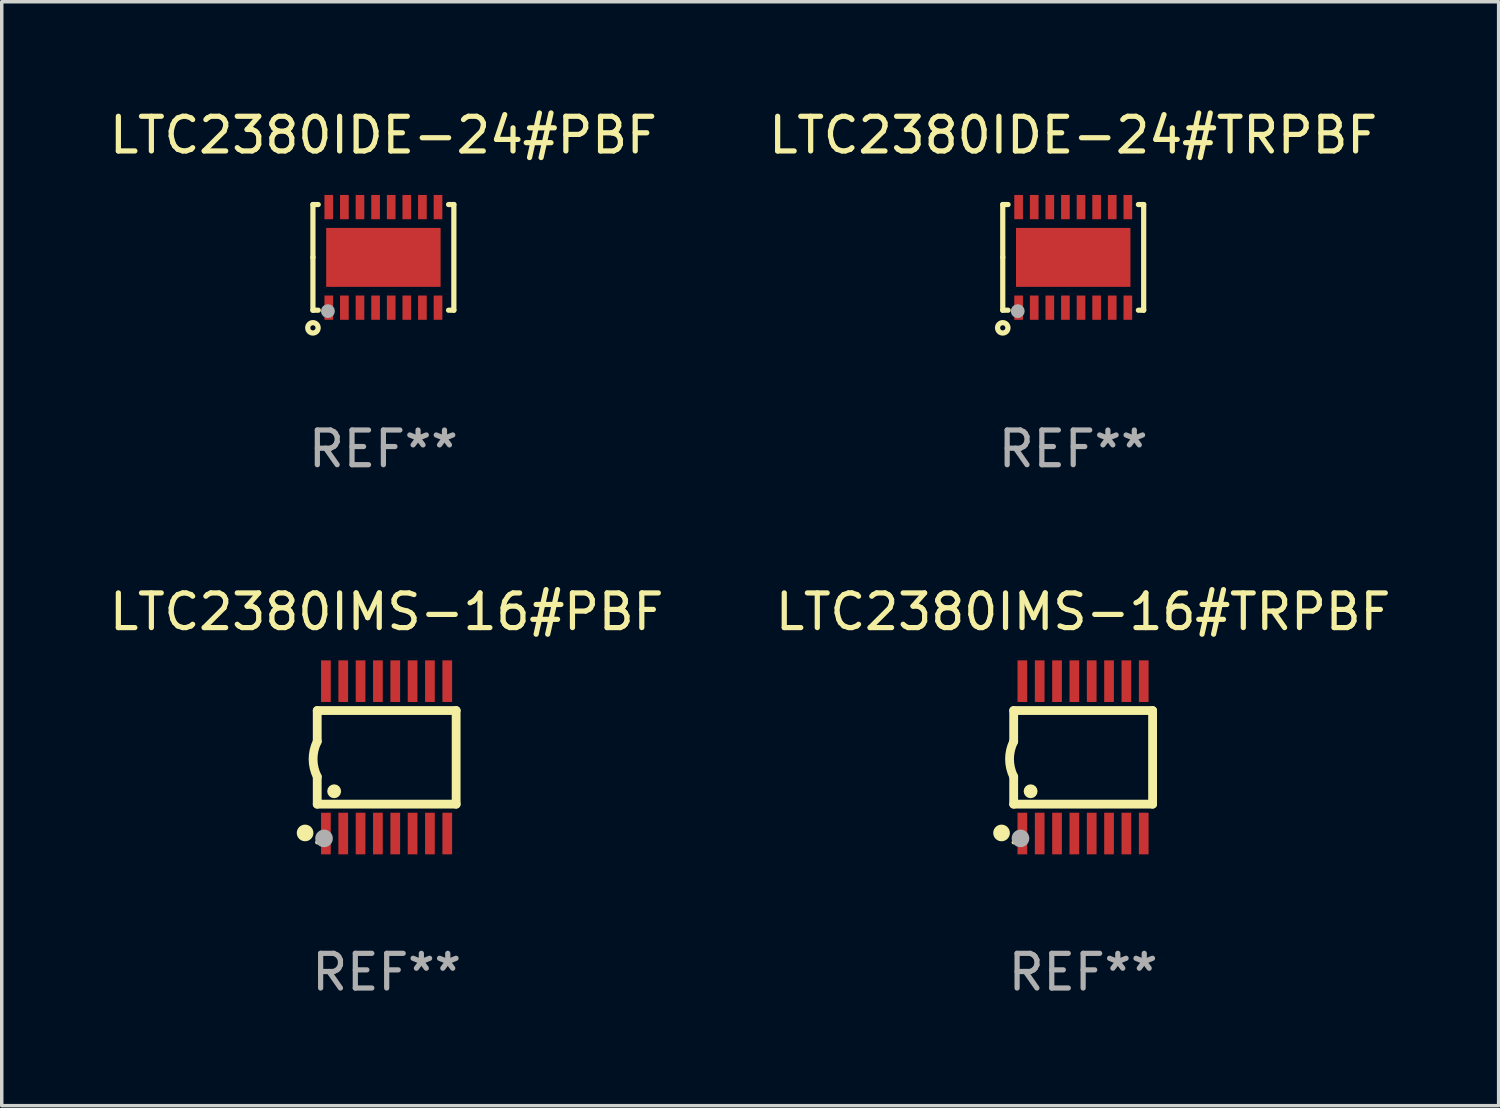
<source format=kicad_pcb>
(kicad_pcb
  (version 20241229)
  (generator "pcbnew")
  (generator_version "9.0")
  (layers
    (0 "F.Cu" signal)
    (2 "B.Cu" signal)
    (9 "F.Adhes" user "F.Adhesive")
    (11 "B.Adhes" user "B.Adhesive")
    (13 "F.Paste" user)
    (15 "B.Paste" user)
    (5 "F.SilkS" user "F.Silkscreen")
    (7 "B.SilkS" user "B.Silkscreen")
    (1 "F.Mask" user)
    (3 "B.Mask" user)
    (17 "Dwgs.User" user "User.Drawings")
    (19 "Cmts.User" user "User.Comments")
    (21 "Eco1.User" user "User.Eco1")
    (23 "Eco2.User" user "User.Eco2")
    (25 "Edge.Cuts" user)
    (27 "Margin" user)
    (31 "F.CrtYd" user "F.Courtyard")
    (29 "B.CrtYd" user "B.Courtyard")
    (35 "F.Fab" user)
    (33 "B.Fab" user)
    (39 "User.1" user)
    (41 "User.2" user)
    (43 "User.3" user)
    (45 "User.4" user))
  (footprint "LTC2380IMS-16#TRPBF"
    (layer "F.Cu")
    (at 28.185 18.79)
    (property "Reference" "LTC2380IMS-16#TRPBF" (at 0 -4.197 0) (layer "F.SilkS") (effects (font (size 1 1) (thickness 0.15))))
    (attr through_hole)
    (fp_line (start -2.003 -1.35) (end -2.003 -0.457) (stroke (width 0.254) (type solid)) (layer "F.SilkS"))
    (fp_line (start -2.003 -1.35) (end 2.003 -1.35) (stroke (width 0.254) (type solid)) (layer "F.SilkS"))
    (fp_line (start -2.003 1.35) (end -2.003 0.559) (stroke (width 0.254) (type solid)) (layer "F.SilkS"))
    (fp_line (start -2.003 1.35) (end 2.003 1.35) (stroke (width 0.254) (type solid)) (layer "F.SilkS"))
    (fp_line (start 2.003 -1.35) (end 2.003 1.35) (stroke (width 0.254) (type solid)) (layer "F.SilkS"))
    (fp_arc (start -2.002286 0.558802) (mid -2.122556 0.05092) (end -2.003302 -0.457201) (stroke (width 0.254001) (type solid)) (layer "F.SilkS"))
    (fp_circle (center -2.353 2.18) (end -2.233 2.18) (stroke (width 0.24) (type solid)) (fill no) (layer "F.SilkS"))
    (fp_circle (center -2.003 2.45) (end -1.973 2.45) (stroke (width 0.06) (type solid)) (fill no) (layer "F.SilkS"))
    (fp_circle (center -1.515 0.978) (end -1.415 0.978) (stroke (width 0.2) (type solid)) (fill no) (layer "F.SilkS"))
    (fp_circle (center -1.807 2.337) (end -1.68 2.337) (stroke (width 0.254) (type solid)) (fill no) (layer "F.Fab"))
    (fp_text user "REF**" (at 0 6.197 0) (layer "F.Fab") (effects (font (size 1 1) (thickness 0.15))))
    (pad "1" smd rect (at -1.753 2.197 90) (size 1.2 0.28) (layers "F.Cu" "F.Mask" "F.Paste"))
    (pad "2" smd rect (at -1.253 2.197 90) (size 1.2 0.28) (layers "F.Cu" "F.Mask" "F.Paste"))
    (pad "3" smd rect (at -0.753 2.197 90) (size 1.2 0.28) (layers "F.Cu" "F.Mask" "F.Paste"))
    (pad "4" smd rect (at -0.253 2.197 90) (size 1.2 0.28) (layers "F.Cu" "F.Mask" "F.Paste"))
    (pad "5" smd rect (at 0.247 2.197 90) (size 1.2 0.28) (layers "F.Cu" "F.Mask" "F.Paste"))
    (pad "6" smd rect (at 0.747 2.197 90) (size 1.2 0.28) (layers "F.Cu" "F.Mask" "F.Paste"))
    (pad "7" smd rect (at 1.247 2.197 90) (size 1.2 0.28) (layers "F.Cu" "F.Mask" "F.Paste"))
    (pad "8" smd rect (at 1.747 2.197 90) (size 1.2 0.28) (layers "F.Cu" "F.Mask" "F.Paste"))
    (pad "9" smd rect (at 1.747 -2.197 90) (size 1.2 0.28) (layers "F.Cu" "F.Mask" "F.Paste"))
    (pad "10" smd rect (at 1.247 -2.197 90) (size 1.2 0.28) (layers "F.Cu" "F.Mask" "F.Paste"))
    (pad "11" smd rect (at 0.747 -2.197 90) (size 1.2 0.28) (layers "F.Cu" "F.Mask" "F.Paste"))
    (pad "12" smd rect (at 0.247 -2.197 90) (size 1.2 0.28) (layers "F.Cu" "F.Mask" "F.Paste"))
    (pad "13" smd rect (at -0.253 -2.197 90) (size 1.2 0.28) (layers "F.Cu" "F.Mask" "F.Paste"))
    (pad "14" smd rect (at -0.753 -2.197 90) (size 1.2 0.28) (layers "F.Cu" "F.Mask" "F.Paste"))
    (pad "15" smd rect (at -1.253 -2.197 90) (size 1.2 0.28) (layers "F.Cu" "F.Mask" "F.Paste"))
    (pad "16" smd rect (at -1.753 -2.197 90) (size 1.2 0.28) (layers "F.Cu" "F.Mask" "F.Paste")))
  (footprint "LTC2380IMS-16#PBF"
    (layer "F.Cu")
    (at 8.101 18.79)
    (property "Reference" "LTC2380IMS-16#PBF" (at 0 -4.197 0) (layer "F.SilkS") (effects (font (size 1 1) (thickness 0.15))))
    (attr through_hole)
    (fp_line (start -2.003 -1.35) (end -2.003 -0.457) (stroke (width 0.254) (type solid)) (layer "F.SilkS"))
    (fp_line (start -2.003 -1.35) (end 2.003 -1.35) (stroke (width 0.254) (type solid)) (layer "F.SilkS"))
    (fp_line (start -2.003 1.35) (end -2.003 0.559) (stroke (width 0.254) (type solid)) (layer "F.SilkS"))
    (fp_line (start -2.003 1.35) (end 2.003 1.35) (stroke (width 0.254) (type solid)) (layer "F.SilkS"))
    (fp_line (start 2.003 -1.35) (end 2.003 1.35) (stroke (width 0.254) (type solid)) (layer "F.SilkS"))
    (fp_arc (start -2.002286 0.558802) (mid -2.122556 0.05092) (end -2.003302 -0.457201) (stroke (width 0.254001) (type solid)) (layer "F.SilkS"))
    (fp_circle (center -2.353 2.18) (end -2.233 2.18) (stroke (width 0.24) (type solid)) (fill no) (layer "F.SilkS"))
    (fp_circle (center -2.003 2.45) (end -1.973 2.45) (stroke (width 0.06) (type solid)) (fill no) (layer "F.SilkS"))
    (fp_circle (center -1.515 0.978) (end -1.415 0.978) (stroke (width 0.2) (type solid)) (fill no) (layer "F.SilkS"))
    (fp_circle (center -1.807 2.337) (end -1.68 2.337) (stroke (width 0.254) (type solid)) (fill no) (layer "F.Fab"))
    (fp_text user "REF**" (at 0 6.197 0) (layer "F.Fab") (effects (font (size 1 1) (thickness 0.15))))
    (pad "1" smd rect (at -1.753 2.197 90) (size 1.2 0.28) (layers "F.Cu" "F.Mask" "F.Paste"))
    (pad "2" smd rect (at -1.253 2.197 90) (size 1.2 0.28) (layers "F.Cu" "F.Mask" "F.Paste"))
    (pad "3" smd rect (at -0.753 2.197 90) (size 1.2 0.28) (layers "F.Cu" "F.Mask" "F.Paste"))
    (pad "4" smd rect (at -0.253 2.197 90) (size 1.2 0.28) (layers "F.Cu" "F.Mask" "F.Paste"))
    (pad "5" smd rect (at 0.247 2.197 90) (size 1.2 0.28) (layers "F.Cu" "F.Mask" "F.Paste"))
    (pad "6" smd rect (at 0.747 2.197 90) (size 1.2 0.28) (layers "F.Cu" "F.Mask" "F.Paste"))
    (pad "7" smd rect (at 1.247 2.197 90) (size 1.2 0.28) (layers "F.Cu" "F.Mask" "F.Paste"))
    (pad "8" smd rect (at 1.747 2.197 90) (size 1.2 0.28) (layers "F.Cu" "F.Mask" "F.Paste"))
    (pad "9" smd rect (at 1.747 -2.197 90) (size 1.2 0.28) (layers "F.Cu" "F.Mask" "F.Paste"))
    (pad "10" smd rect (at 1.247 -2.197 90) (size 1.2 0.28) (layers "F.Cu" "F.Mask" "F.Paste"))
    (pad "11" smd rect (at 0.747 -2.197 90) (size 1.2 0.28) (layers "F.Cu" "F.Mask" "F.Paste"))
    (pad "12" smd rect (at 0.247 -2.197 90) (size 1.2 0.28) (layers "F.Cu" "F.Mask" "F.Paste"))
    (pad "13" smd rect (at -0.253 -2.197 90) (size 1.2 0.28) (layers "F.Cu" "F.Mask" "F.Paste"))
    (pad "14" smd rect (at -0.753 -2.197 90) (size 1.2 0.28) (layers "F.Cu" "F.Mask" "F.Paste"))
    (pad "15" smd rect (at -1.253 -2.197 90) (size 1.2 0.28) (layers "F.Cu" "F.Mask" "F.Paste"))
    (pad "16" smd rect (at -1.753 -2.197 90) (size 1.2 0.28) (layers "F.Cu" "F.Mask" "F.Paste")))
  (footprint "LTC2380IDE-24#TRPBF"
    (layer "F.Cu")
    (at 27.899 4.372)
    (property "Reference" "LTC2380IDE-24#TRPBF" (at 0 -3.524 0) (layer "F.SilkS") (effects (font (size 1 1) (thickness 0.15))))
    (attr through_hole)
    (fp_line (start -2.032 -1.524) (end -1.879 -1.524) (stroke (width 0.15) (type solid)) (layer "F.SilkS"))
    (fp_line (start -2.032 0) (end -2.032 -1.524) (stroke (width 0.15) (type solid)) (layer "F.SilkS"))
    (fp_line (start -2.032 1.524) (end -2.032 0) (stroke (width 0.15) (type solid)) (layer "F.SilkS"))
    (fp_line (start -1.879 1.524) (end -2.032 1.524) (stroke (width 0.15) (type solid)) (layer "F.SilkS"))
    (fp_line (start 1.879 -1.524) (end 2.032 -1.524) (stroke (width 0.15) (type solid)) (layer "F.SilkS"))
    (fp_line (start 2.032 -1.524) (end 2.032 1.524) (stroke (width 0.15) (type solid)) (layer "F.SilkS"))
    (fp_line (start 2.032 1.524) (end 1.879 1.524) (stroke (width 0.15) (type solid)) (layer "F.SilkS"))
    (fp_circle (center -2.032 2.032) (end -1.882 2.032) (stroke (width 0.15) (type solid)) (fill no) (layer "F.SilkS"))
    (fp_circle (center -2 1.5) (end -1.97 1.5) (stroke (width 0.06) (type solid)) (fill no) (layer "F.SilkS"))
    (fp_circle (center -1.6 1.55) (end -1.5 1.55) (stroke (width 0.2) (type solid)) (fill no) (layer "F.Fab"))
    (fp_text user "REF**" (at 0 5.524 0) (layer "F.Fab") (effects (font (size 1 1) (thickness 0.15))))
    (pad "1" smd rect (at -1.575 1.45 90) (size 0.7 0.25) (layers "F.Cu" "F.Mask" "F.Paste"))
    (pad "2" smd rect (at -1.125 1.45 90) (size 0.7 0.25) (layers "F.Cu" "F.Mask" "F.Paste"))
    (pad "3" smd rect (at -0.675 1.45 90) (size 0.7 0.25) (layers "F.Cu" "F.Mask" "F.Paste"))
    (pad "4" smd rect (at -0.225 1.45 90) (size 0.7 0.25) (layers "F.Cu" "F.Mask" "F.Paste"))
    (pad "5" smd rect (at 0.225 1.45 90) (size 0.7 0.25) (layers "F.Cu" "F.Mask" "F.Paste"))
    (pad "6" smd rect (at 0.675 1.45 90) (size 0.7 0.25) (layers "F.Cu" "F.Mask" "F.Paste"))
    (pad "7" smd rect (at 1.125 1.45 90) (size 0.7 0.25) (layers "F.Cu" "F.Mask" "F.Paste"))
    (pad "8" smd rect (at 1.575 1.45 90) (size 0.7 0.25) (layers "F.Cu" "F.Mask" "F.Paste"))
    (pad "9" smd rect (at 1.575 -1.45 90) (size 0.7 0.25) (layers "F.Cu" "F.Mask" "F.Paste"))
    (pad "10" smd rect (at 1.125 -1.45 90) (size 0.7 0.25) (layers "F.Cu" "F.Mask" "F.Paste"))
    (pad "11" smd rect (at 0.675 -1.45 90) (size 0.7 0.25) (layers "F.Cu" "F.Mask" "F.Paste"))
    (pad "12" smd rect (at 0.225 -1.45 90) (size 0.7 0.25) (layers "F.Cu" "F.Mask" "F.Paste"))
    (pad "13" smd rect (at -0.225 -1.45 90) (size 0.7 0.25) (layers "F.Cu" "F.Mask" "F.Paste"))
    (pad "14" smd rect (at -0.675 -1.45 90) (size 0.7 0.25) (layers "F.Cu" "F.Mask" "F.Paste"))
    (pad "15" smd rect (at -1.125 -1.45 90) (size 0.7 0.25) (layers "F.Cu" "F.Mask" "F.Paste"))
    (pad "16" smd rect (at -1.575 -1.45 90) (size 0.7 0.25) (layers "F.Cu" "F.Mask" "F.Paste"))
    (pad "17" smd rect (at 0.000127 0 90) (size 1.7 3.3) (layers "F.Cu" "F.Mask" "F.Paste")))
  (footprint "LTC2380IDE-24#PBF"
    (layer "F.Cu")
    (at 8.006 4.372)
    (property "Reference" "LTC2380IDE-24#PBF" (at 0 -3.524 0) (layer "F.SilkS") (effects (font (size 1 1) (thickness 0.15))))
    (attr through_hole)
    (fp_line (start -2.032 -1.524) (end -1.879 -1.524) (stroke (width 0.15) (type solid)) (layer "F.SilkS"))
    (fp_line (start -2.032 0) (end -2.032 -1.524) (stroke (width 0.15) (type solid)) (layer "F.SilkS"))
    (fp_line (start -2.032 1.524) (end -2.032 0) (stroke (width 0.15) (type solid)) (layer "F.SilkS"))
    (fp_line (start -1.879 1.524) (end -2.032 1.524) (stroke (width 0.15) (type solid)) (layer "F.SilkS"))
    (fp_line (start 1.879 -1.524) (end 2.032 -1.524) (stroke (width 0.15) (type solid)) (layer "F.SilkS"))
    (fp_line (start 2.032 -1.524) (end 2.032 1.524) (stroke (width 0.15) (type solid)) (layer "F.SilkS"))
    (fp_line (start 2.032 1.524) (end 1.879 1.524) (stroke (width 0.15) (type solid)) (layer "F.SilkS"))
    (fp_circle (center -2.032 2.032) (end -1.882 2.032) (stroke (width 0.15) (type solid)) (fill no) (layer "F.SilkS"))
    (fp_circle (center -2 1.5) (end -1.97 1.5) (stroke (width 0.06) (type solid)) (fill no) (layer "F.SilkS"))
    (fp_circle (center -1.6 1.55) (end -1.5 1.55) (stroke (width 0.2) (type solid)) (fill no) (layer "F.Fab"))
    (fp_text user "REF**" (at 0 5.524 0) (layer "F.Fab") (effects (font (size 1 1) (thickness 0.15))))
    (pad "1" smd rect (at -1.575 1.45 90) (size 0.7 0.25) (layers "F.Cu" "F.Mask" "F.Paste"))
    (pad "2" smd rect (at -1.125 1.45 90) (size 0.7 0.25) (layers "F.Cu" "F.Mask" "F.Paste"))
    (pad "3" smd rect (at -0.675 1.45 90) (size 0.7 0.25) (layers "F.Cu" "F.Mask" "F.Paste"))
    (pad "4" smd rect (at -0.225 1.45 90) (size 0.7 0.25) (layers "F.Cu" "F.Mask" "F.Paste"))
    (pad "5" smd rect (at 0.225 1.45 90) (size 0.7 0.25) (layers "F.Cu" "F.Mask" "F.Paste"))
    (pad "6" smd rect (at 0.675 1.45 90) (size 0.7 0.25) (layers "F.Cu" "F.Mask" "F.Paste"))
    (pad "7" smd rect (at 1.125 1.45 90) (size 0.7 0.25) (layers "F.Cu" "F.Mask" "F.Paste"))
    (pad "8" smd rect (at 1.575 1.45 90) (size 0.7 0.25) (layers "F.Cu" "F.Mask" "F.Paste"))
    (pad "9" smd rect (at 1.575 -1.45 90) (size 0.7 0.25) (layers "F.Cu" "F.Mask" "F.Paste"))
    (pad "10" smd rect (at 1.125 -1.45 90) (size 0.7 0.25) (layers "F.Cu" "F.Mask" "F.Paste"))
    (pad "11" smd rect (at 0.675 -1.45 90) (size 0.7 0.25) (layers "F.Cu" "F.Mask" "F.Paste"))
    (pad "12" smd rect (at 0.225 -1.45 90) (size 0.7 0.25) (layers "F.Cu" "F.Mask" "F.Paste"))
    (pad "13" smd rect (at -0.225 -1.45 90) (size 0.7 0.25) (layers "F.Cu" "F.Mask" "F.Paste"))
    (pad "14" smd rect (at -0.675 -1.45 90) (size 0.7 0.25) (layers "F.Cu" "F.Mask" "F.Paste"))
    (pad "15" smd rect (at -1.125 -1.45 90) (size 0.7 0.25) (layers "F.Cu" "F.Mask" "F.Paste"))
    (pad "16" smd rect (at -1.575 -1.45 90) (size 0.7 0.25) (layers "F.Cu" "F.Mask" "F.Paste"))
    (pad "17" smd rect (at 0.000127 0 90) (size 1.7 3.3) (layers "F.Cu" "F.Mask" "F.Paste")))
  (gr_rect
    (start -3 -3)
    (end 40.167 28.835)
    (stroke (width 0.1) (type default))
    (fill no)
    (layer "Edge.Cuts")))
</source>
